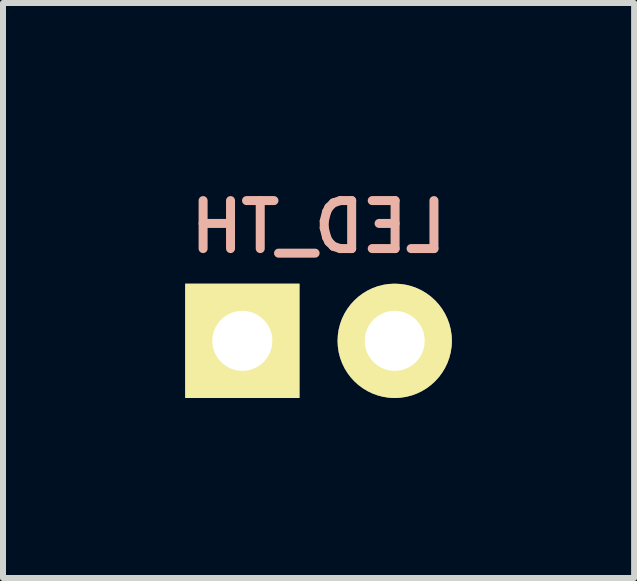
<source format=kicad_pcb>
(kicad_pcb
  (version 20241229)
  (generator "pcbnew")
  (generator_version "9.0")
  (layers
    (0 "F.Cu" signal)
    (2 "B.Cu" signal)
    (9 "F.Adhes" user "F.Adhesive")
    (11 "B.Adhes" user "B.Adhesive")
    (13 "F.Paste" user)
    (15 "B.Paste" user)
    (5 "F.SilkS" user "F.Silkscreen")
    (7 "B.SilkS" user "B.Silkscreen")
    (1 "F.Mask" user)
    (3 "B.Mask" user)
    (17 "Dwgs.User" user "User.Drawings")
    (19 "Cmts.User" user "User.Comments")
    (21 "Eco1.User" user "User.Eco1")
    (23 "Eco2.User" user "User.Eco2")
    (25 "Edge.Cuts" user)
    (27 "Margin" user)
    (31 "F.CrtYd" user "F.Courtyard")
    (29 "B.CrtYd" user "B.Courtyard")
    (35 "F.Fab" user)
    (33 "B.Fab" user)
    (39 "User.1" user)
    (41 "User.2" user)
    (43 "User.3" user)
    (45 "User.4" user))
  (footprint "LED_TH"
    (layer "F.Cu")
    (at 2.259 2.631)
    (property "Reference" "LED_TH" (at 0 -1.9 0) (layer "B.SilkS") (effects (font (size 0.8 0.8) (thickness 0.15)) (justify mirror)))
    (attr through_hole)
    (pad "1" thru_hole rect (at -1.27 0) (size 1.905 1.905) (drill 1) (layers "*.Cu" "*.Mask" "F.SilkS"))
    (pad "2" thru_hole oval (at 1.27 0) (size 1.905 1.905) (drill 1) (layers "*.Cu" "*.Mask" "F.SilkS")))
  (gr_rect
    (start -3 -3)
    (end 7.519 6.584)
    (stroke (width 0.1) (type default))
    (fill no)
    (layer "Edge.Cuts")))
</source>
